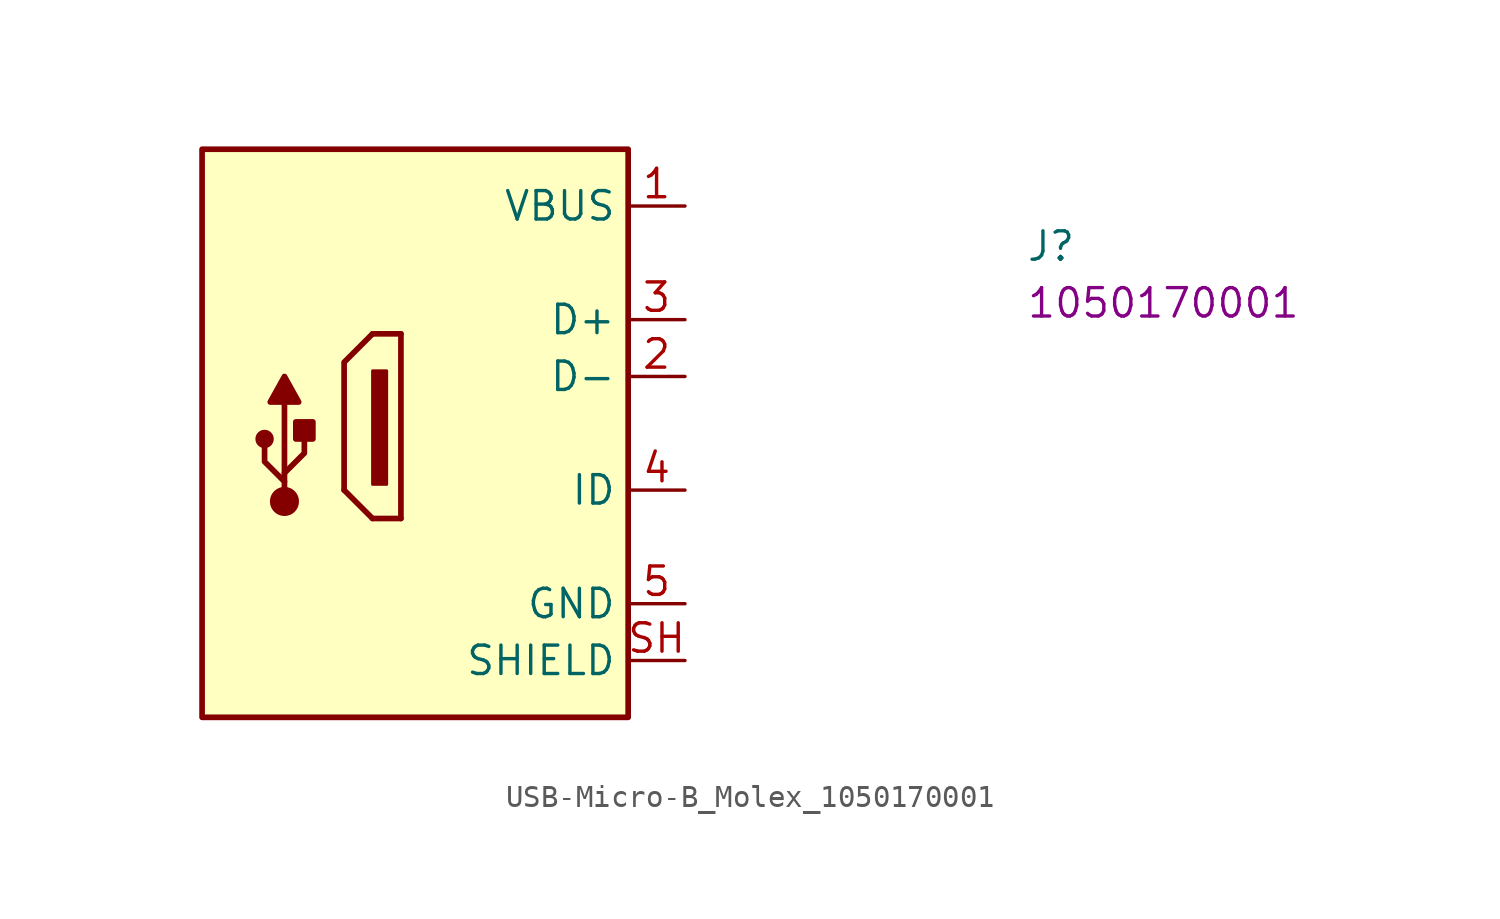
<source format=kicad_sym>
(kicad_symbol_lib
  (version 20220914)
  (generator kicad_symbol_editor)
  (symbol "USB-Micro-B_Molex_1050170001"
    (property "Reference" "J"
      (at 15.24 -2.54 0)
      (effects (font (size 1.27 1.27) (thickness 0.15)) (justify left bottom)))
    (property "MPN" "1050170001"
      (at 15.24 -5.08 0)
      (effects (font (size 1.27 1.27) (thickness 0.15)) (justify left bottom)))
    (symbol "USB-Micro-B_Molex_1050170001_0_1"
      (rectangle (start -13.335 -7.366) (end -13.97 -12.446) (stroke (width 0.127) (type default)) (fill (type outline)))
      (polyline (pts (xy -13.97 -13.97) (xy -15.24 -12.7)) (stroke (width 0.254) (type default)) (fill (type none)))
      (polyline (pts (xy -12.7 -13.97) (xy -13.97 -13.97)) (stroke (width 0.254) (type default)) (fill (type none)))
      (polyline (pts (xy -12.7 -13.97) (xy -12.7 -5.715)) (stroke (width 0.254) (type default)) (fill (type none)))
      (polyline (pts (xy -12.7 -5.715) (xy -13.97 -5.715)) (stroke (width 0.254) (type default)) (fill (type none)))
      (polyline (pts (xy -13.97 -5.715) (xy -15.24 -6.985) (xy -15.24 -12.7)) (stroke (width 0.254) (type default)) (fill (type none))))
    (symbol "USB-Micro-B_Molex_1050170001_1_1"
      (rectangle (start -21.59 2.54) (end -2.54 -22.86) (stroke (width 0.254) (type default)) (fill (type background)))
      (circle (center -18.796 -10.414) (radius 0.284) (stroke (width 0.254) (type default)) (fill (type outline)))
      (circle (center -17.907 -13.208) (radius 0.524) (stroke (width 0.254) (type default)) (fill (type outline)))
      (rectangle (start -17.399 -10.414) (end -16.637 -9.652) (stroke (width 0.254) (type default)) (fill (type outline)))
      (polyline (pts (xy -17.907 -13.081) (xy -17.907 -8.763)) (stroke (width 0.254) (type default)) (fill (type background)))
      (polyline (pts (xy -17.907 -12.319) (xy -18.796 -11.43) (xy -18.796 -10.795)) (stroke (width 0.254) (type default)) (fill (type background)))
      (polyline (pts (xy -17.907 -11.938) (xy -17.018 -11.049) (xy -17.018 -10.414)) (stroke (width 0.254) (type default)) (fill (type background)))
      (polyline (pts (xy -18.542 -8.763) (xy -17.907 -7.62) (xy -17.272 -8.763) (xy -18.542 -8.763)) (stroke (width 0.254) (type default)) (fill (type outline)))
      (pin passive line (at 0 0 180) (length 2.54) (name "VBUS" (effects (font (size 1.27 1.27)))) (number "1" (effects (font (size 1.27 1.27)))))
      (pin bidirectional line (at 0 -7.62 180) (length 2.54) (name "D-" (effects (font (size 1.27 1.27)))) (number "2" (effects (font (size 1.27 1.27)))))
      (pin bidirectional line (at 0 -5.08 180) (length 2.54) (name "D+" (effects (font (size 1.27 1.27)))) (number "3" (effects (font (size 1.27 1.27)))))
      (pin bidirectional line (at 0 -12.7 180) (length 2.54) (name "ID" (effects (font (size 1.27 1.27)))) (number "4" (effects (font (size 1.27 1.27)))))
      (pin power_in line (at 0 -17.78 180) (length 2.54) (name "GND" (effects (font (size 1.27 1.27)))) (number "5" (effects (font (size 1.27 1.27)))))
      (pin passive line (at 0 -20.32 180) (length 2.54) (name "SHIELD" (effects (font (size 1.27 1.27)))) (number "SH" (effects (font (size 1.27 1.27))))))))
</source>
